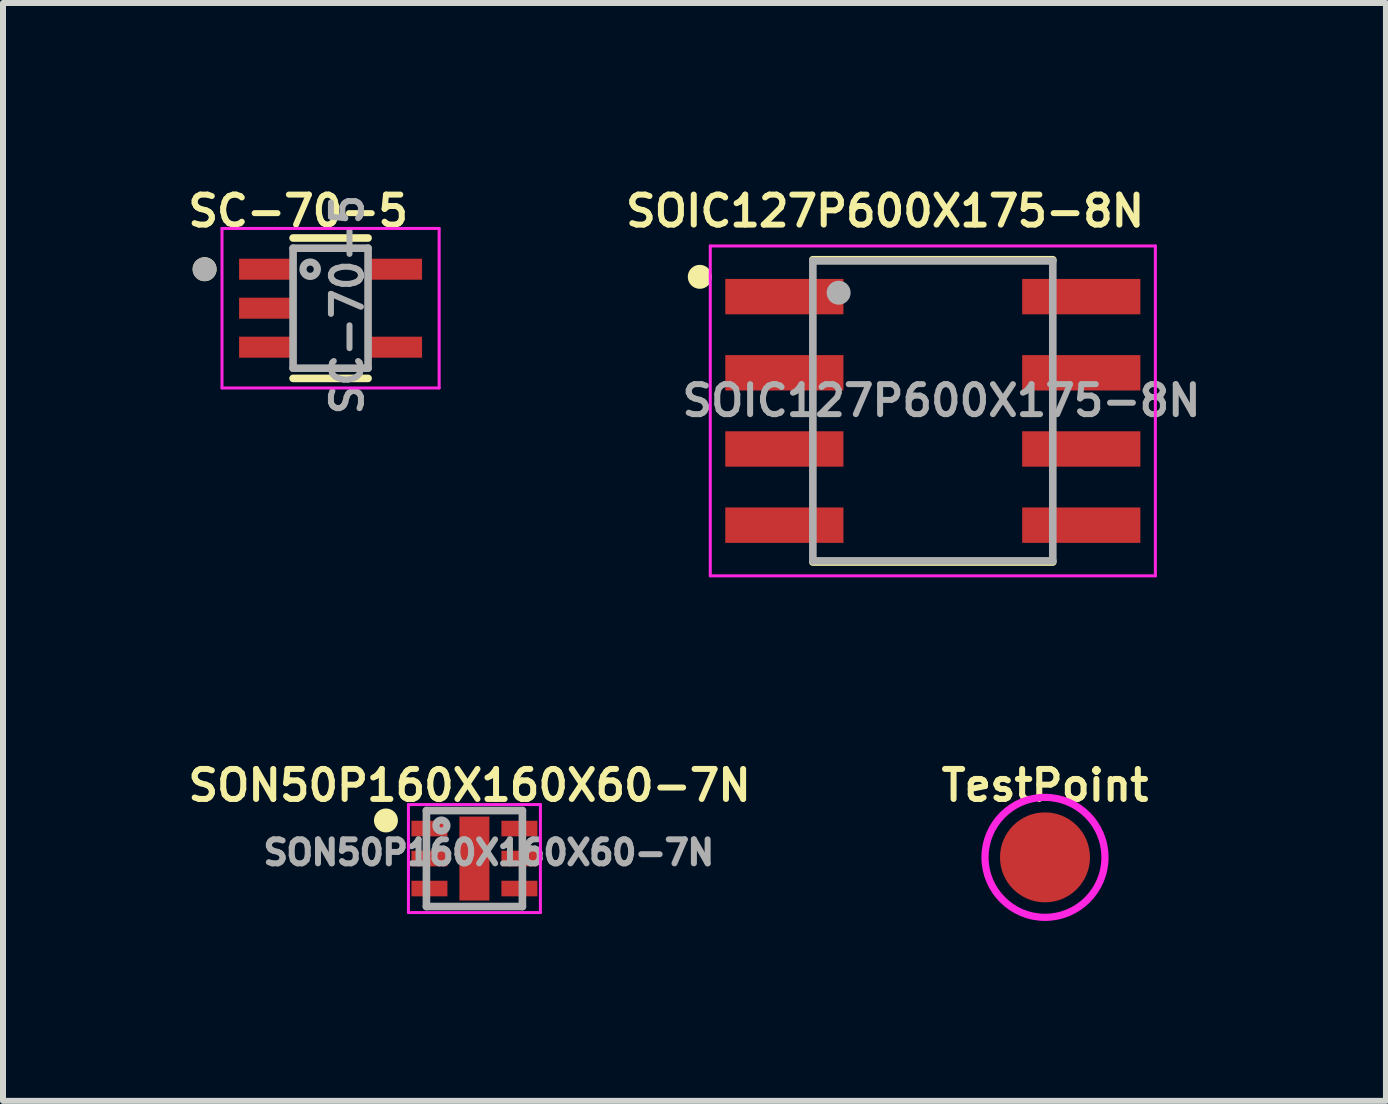
<source format=kicad_pcb>
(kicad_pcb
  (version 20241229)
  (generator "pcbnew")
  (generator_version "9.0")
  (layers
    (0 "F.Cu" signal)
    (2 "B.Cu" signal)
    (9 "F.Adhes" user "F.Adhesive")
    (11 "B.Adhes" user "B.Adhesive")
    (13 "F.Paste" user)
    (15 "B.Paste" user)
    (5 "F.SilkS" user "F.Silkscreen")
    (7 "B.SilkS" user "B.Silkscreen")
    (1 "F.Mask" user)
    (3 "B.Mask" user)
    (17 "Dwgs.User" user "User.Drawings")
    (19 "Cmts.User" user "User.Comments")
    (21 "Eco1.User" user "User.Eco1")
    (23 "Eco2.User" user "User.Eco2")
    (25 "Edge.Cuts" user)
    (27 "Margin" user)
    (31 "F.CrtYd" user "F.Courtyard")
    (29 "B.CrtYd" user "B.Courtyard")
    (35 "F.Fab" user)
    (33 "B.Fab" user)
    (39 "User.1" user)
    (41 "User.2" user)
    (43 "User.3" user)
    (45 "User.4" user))
  (footprint "SOIC127P600X175-8N"
    (layer "F.Cu")
    (at 12.501 3.8)
    (property "Reference" "SOIC127P600X175-8N" (at -0.795 -3.332 0) (layer "F.SilkS") (effects (font (size 0.5 0.5) (thickness 0.1))))
    (attr smd)
    (fp_line (start -2 -2.52) (end 2 -2.52) (stroke (width 0.127) (type solid)) (layer "F.SilkS"))
    (fp_line (start -2 2.52) (end 2 2.52) (stroke (width 0.127) (type solid)) (layer "F.SilkS"))
    (fp_circle (center -3.885 -2.235) (end -3.785 -2.235) (stroke (width 0.2) (type solid)) (fill no) (layer "F.SilkS"))
    (fp_line (start -3.71 -2.75) (end -3.71 2.75) (stroke (width 0.05) (type solid)) (layer "F.CrtYd"))
    (fp_line (start -3.71 -2.75) (end 3.71 -2.75) (stroke (width 0.05) (type solid)) (layer "F.CrtYd"))
    (fp_line (start -3.71 2.75) (end 3.71 2.75) (stroke (width 0.05) (type solid)) (layer "F.CrtYd"))
    (fp_line (start 3.71 -2.75) (end 3.71 2.75) (stroke (width 0.05) (type solid)) (layer "F.CrtYd"))
    (fp_line (start -2 -2.5) (end -2 2.5) (stroke (width 0.127) (type solid)) (layer "F.Fab"))
    (fp_line (start -2 -2.5) (end 2 -2.5) (stroke (width 0.127) (type solid)) (layer "F.Fab"))
    (fp_line (start -2 2.5) (end 2 2.5) (stroke (width 0.127) (type solid)) (layer "F.Fab"))
    (fp_line (start 2 -2.5) (end 2 2.5) (stroke (width 0.127) (type solid)) (layer "F.Fab"))
    (fp_circle (center -1.57 -1.97) (end -1.47 -1.97) (stroke (width 0.2) (type solid)) (fill no) (layer "F.Fab"))
    (fp_text user "${REFERENCE}" (at 0.145 -0.172 0) (layer "F.Fab") (effects (font (size 0.5 0.5) (thickness 0.1))))
    (pad "1" smd rect (at -2.475 -1.905) (size 1.97 0.59) (layers "F.Cu" "F.Mask" "F.Paste"))
    (pad "2" smd rect (at -2.475 -0.635) (size 1.97 0.59) (layers "F.Cu" "F.Mask" "F.Paste"))
    (pad "3" smd rect (at -2.475 0.635) (size 1.97 0.59) (layers "F.Cu" "F.Mask" "F.Paste"))
    (pad "4" smd rect (at -2.475 1.905) (size 1.97 0.59) (layers "F.Cu" "F.Mask" "F.Paste"))
    (pad "5" smd rect (at 2.475 1.905) (size 1.97 0.59) (layers "F.Cu" "F.Mask" "F.Paste"))
    (pad "6" smd rect (at 2.475 0.635) (size 1.97 0.59) (layers "F.Cu" "F.Mask" "F.Paste"))
    (pad "7" smd rect (at 2.475 -0.635) (size 1.97 0.59) (layers "F.Cu" "F.Mask" "F.Paste"))
    (pad "8" smd rect (at 2.475 -1.905) (size 1.97 0.59) (layers "F.Cu" "F.Mask" "F.Paste")))
  (footprint "SC-70-5"
    (layer "F.Cu")
    (at 2.461 2.088)
    (property "Reference" "SC-70-5" (at -0.54 -1.62 0) (layer "F.SilkS") (effects (font (size 0.5 0.5) (thickness 0.1))))
    (attr smd)
    (fp_line (start -0.625 -1.17) (end 0.625 -1.17) (stroke (width 0.127) (type solid)) (layer "F.SilkS"))
    (fp_line (start 0.625 1.17) (end -0.625 1.17) (stroke (width 0.127) (type solid)) (layer "F.SilkS"))
    (fp_circle (center -2.1 -0.65) (end -2 -0.65) (stroke (width 0.2) (type solid)) (fill no) (layer "F.SilkS"))
    (fp_line (start -1.81 -1.33) (end 1.81 -1.33) (stroke (width 0.05) (type solid)) (layer "F.CrtYd"))
    (fp_line (start -1.81 1.33) (end -1.81 -1.33) (stroke (width 0.05) (type solid)) (layer "F.CrtYd"))
    (fp_line (start 1.81 -1.33) (end 1.81 1.33) (stroke (width 0.05) (type solid)) (layer "F.CrtYd"))
    (fp_line (start 1.81 1.33) (end -1.81 1.33) (stroke (width 0.05) (type solid)) (layer "F.CrtYd"))
    (fp_line (start -0.625 -1) (end 0.625 -1) (stroke (width 0.127) (type solid)) (layer "F.Fab"))
    (fp_line (start -0.625 1) (end -0.625 -1) (stroke (width 0.127) (type solid)) (layer "F.Fab"))
    (fp_line (start 0.625 -1) (end 0.625 1) (stroke (width 0.127) (type solid)) (layer "F.Fab"))
    (fp_line (start 0.625 1) (end -0.625 1) (stroke (width 0.127) (type solid)) (layer "F.Fab"))
    (fp_circle (center -2.1 -0.65) (end -2 -0.65) (stroke (width 0.2) (type solid)) (fill no) (layer "F.Fab"))
    (fp_circle (center -0.34 -0.65) (end -0.22 -0.65) (stroke (width 0.12) (type solid)) (fill no) (layer "F.Fab"))
    (fp_text user "${REFERENCE}" (at 0.28 -0.06 90) (layer "F.Fab") (effects (font (size 0.5 0.5) (thickness 0.1))))
    (pad "1" smd rect (at -1.1 -0.65) (size 0.85 0.35) (layers "F.Cu" "F.Mask" "F.Paste"))
    (pad "2" smd rect (at -1.1 0) (size 0.85 0.35) (layers "F.Cu" "F.Mask" "F.Paste"))
    (pad "3" smd rect (at -1.1 0.65) (size 0.85 0.35) (layers "F.Cu" "F.Mask" "F.Paste"))
    (pad "4" smd rect (at 1.1 0.65) (size 0.85 0.35) (layers "F.Cu" "F.Mask" "F.Paste"))
    (pad "5" smd rect (at 1.1 -0.65) (size 0.85 0.35) (layers "F.Cu" "F.Mask" "F.Paste")))
  (footprint "SON50P160X160X60-7N"
    (layer "F.Cu")
    (at 4.859 11.263)
    (property "Reference" "SON50P160X160X60-7N" (at -0.08 -1.22 0) (layer "F.SilkS") (effects (font (size 0.5 0.5) (thickness 0.1))))
    (attr smd)
    (fp_circle (center -1.475 -0.635) (end -1.375 -0.635) (stroke (width 0.2) (type solid)) (fill no) (layer "F.SilkS"))
    (fp_poly (pts (xy -0.151 0.035) (xy 0.15 0.035) (xy 0.15 0.567) (xy -0.151 0.567)) (stroke (width 0.01) (type solid)) (fill yes) (layer "F.Paste"))
    (fp_poly (pts (xy -0.15 -0.565) (xy 0.15 -0.565) (xy 0.15 -0.035) (xy -0.15 -0.035)) (stroke (width 0.01) (type solid)) (fill yes) (layer "F.Paste"))
    (fp_line (start -1.1 0.9) (end -1.1 -0.9) (stroke (width 0.05) (type solid)) (layer "F.CrtYd"))
    (fp_line (start 1.1 -0.9) (end -1.1 -0.9) (stroke (width 0.05) (type solid)) (layer "F.CrtYd"))
    (fp_line (start 1.1 -0.9) (end 1.1 0.9) (stroke (width 0.05) (type solid)) (layer "F.CrtYd"))
    (fp_line (start 1.1 0.9) (end -1.1 0.9) (stroke (width 0.05) (type solid)) (layer "F.CrtYd"))
    (fp_line (start -0.8 -0.8) (end 0.8 -0.8) (stroke (width 0.127) (type solid)) (layer "F.Fab"))
    (fp_line (start -0.8 0.8) (end -0.8 -0.8) (stroke (width 0.127) (type solid)) (layer "F.Fab"))
    (fp_line (start 0.8 -0.8) (end 0.8 0.8) (stroke (width 0.127) (type solid)) (layer "F.Fab"))
    (fp_line (start 0.8 0.8) (end -0.8 0.8) (stroke (width 0.127) (type solid)) (layer "F.Fab"))
    (fp_circle (center -0.55 -0.55) (end -0.49 -0.48) (stroke (width 0.12) (type solid)) (fill no) (layer "F.Fab"))
    (fp_text user "${REFERENCE}" (at 0.24 -0.1 0) (layer "F.Fab") (effects (font (size 0.4 0.4) (thickness 0.1))))
    (pad "1" smd rect (at -0.75 -0.5) (size 0.6 0.26) (layers "F.Cu" "F.Mask" "F.Paste"))
    (pad "2" smd rect (at -0.75 0) (size 0.6 0.26) (layers "F.Cu" "F.Mask" "F.Paste"))
    (pad "3" smd rect (at -0.75 0.5) (size 0.6 0.26) (layers "F.Cu" "F.Mask" "F.Paste"))
    (pad "4" smd rect (at 0.75 0.5) (size 0.6 0.26) (layers "F.Cu" "F.Mask" "F.Paste"))
    (pad "5" smd rect (at 0.75 0) (size 0.6 0.26) (layers "F.Cu" "F.Mask" "F.Paste"))
    (pad "6" smd rect (at 0.75 -0.5) (size 0.6 0.26) (layers "F.Cu" "F.Mask" "F.Paste"))
    (pad "7" smd rect (at 0 0) (size 0.5 1.4) (layers "F.Cu" "F.Mask")))
  (footprint "TestPoint"
    (layer "F.Cu")
    (at 14.371 11.243)
    (property "Reference" "TestPoint" (at 0 -1.2 0) (layer "F.SilkS") (effects (font (size 0.5 0.5) (thickness 0.1))))
    (attr smd)
    (fp_circle (center 0 0) (end 1 0) (stroke (width 0.12) (type solid)) (fill no) (layer "F.CrtYd"))
    (pad "1" smd circle (at 0 0) (size 1.5 1.5) (layers "F.Cu" "F.Mask" "F.Paste")))
  (gr_rect
    (start -3 -3)
    (end 20.055 15.303)
    (stroke (width 0.1) (type default))
    (fill no)
    (layer "Edge.Cuts")))
</source>
